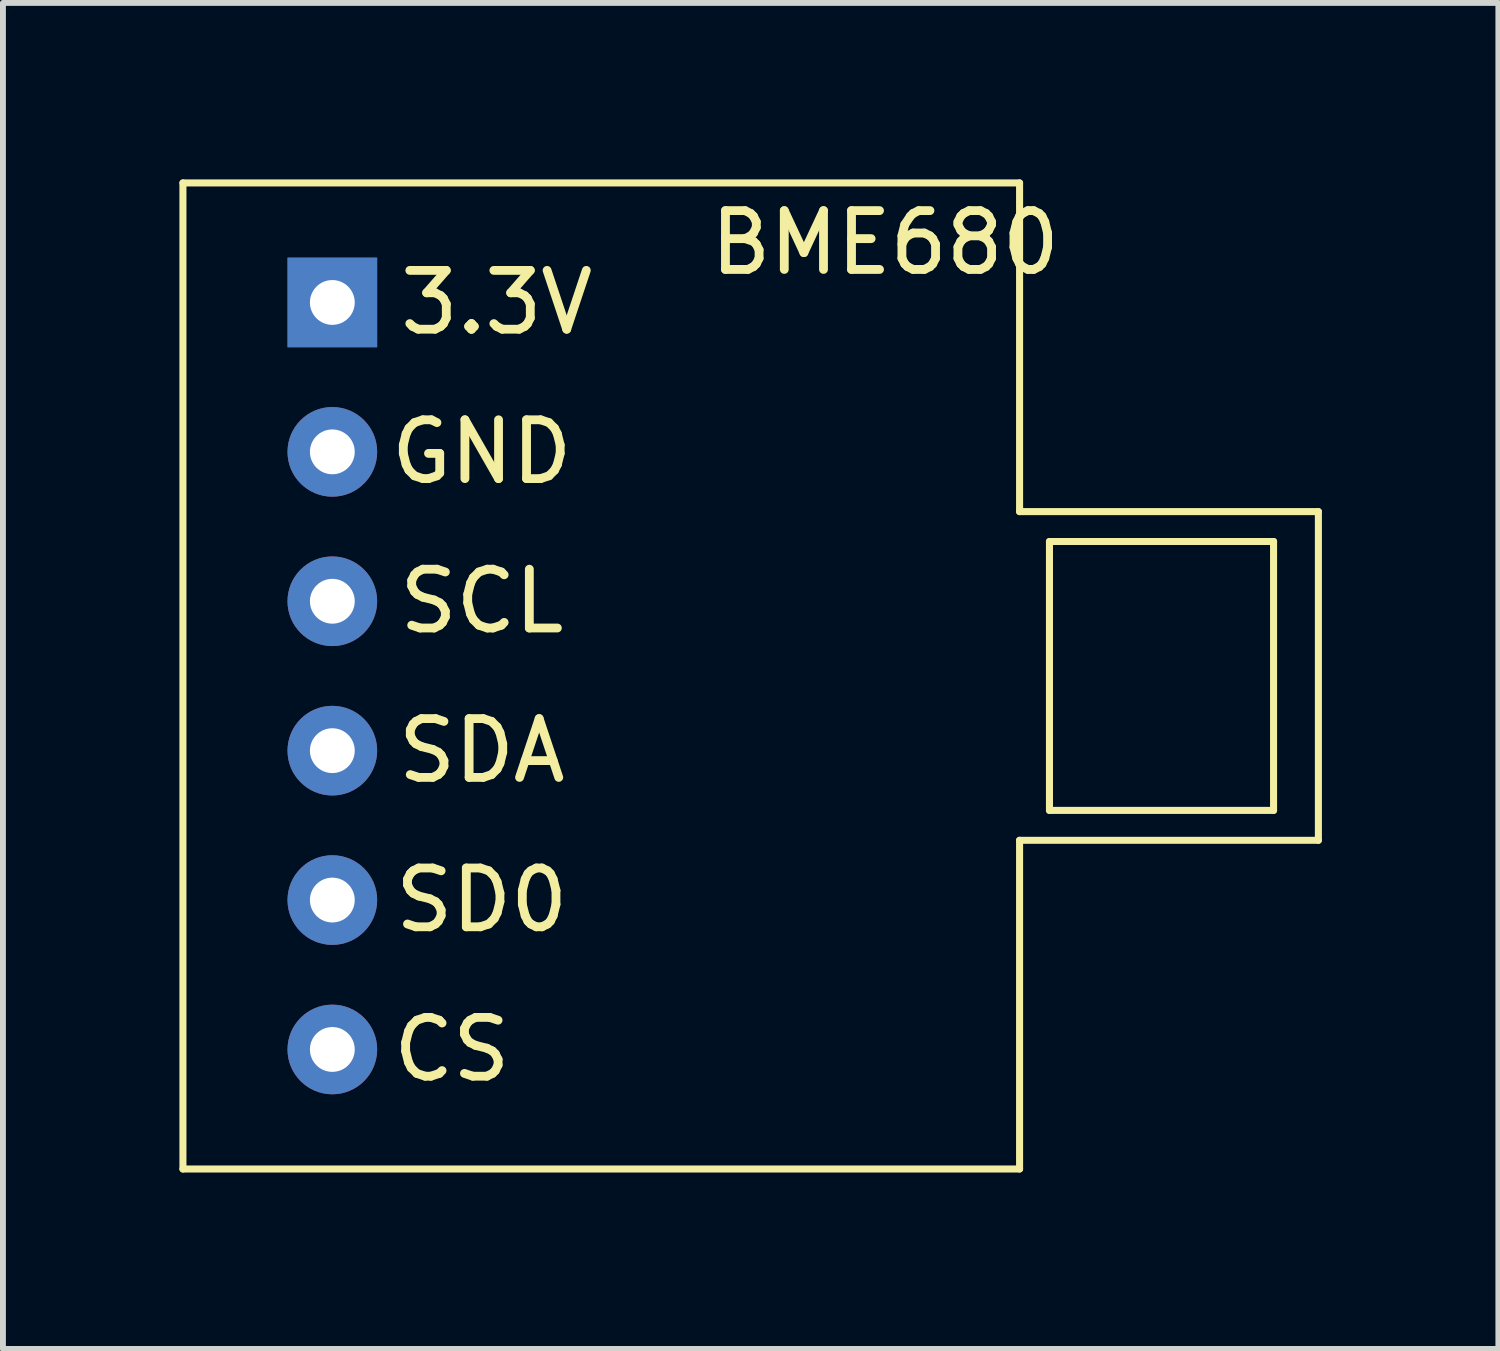
<source format=kicad_pcb>
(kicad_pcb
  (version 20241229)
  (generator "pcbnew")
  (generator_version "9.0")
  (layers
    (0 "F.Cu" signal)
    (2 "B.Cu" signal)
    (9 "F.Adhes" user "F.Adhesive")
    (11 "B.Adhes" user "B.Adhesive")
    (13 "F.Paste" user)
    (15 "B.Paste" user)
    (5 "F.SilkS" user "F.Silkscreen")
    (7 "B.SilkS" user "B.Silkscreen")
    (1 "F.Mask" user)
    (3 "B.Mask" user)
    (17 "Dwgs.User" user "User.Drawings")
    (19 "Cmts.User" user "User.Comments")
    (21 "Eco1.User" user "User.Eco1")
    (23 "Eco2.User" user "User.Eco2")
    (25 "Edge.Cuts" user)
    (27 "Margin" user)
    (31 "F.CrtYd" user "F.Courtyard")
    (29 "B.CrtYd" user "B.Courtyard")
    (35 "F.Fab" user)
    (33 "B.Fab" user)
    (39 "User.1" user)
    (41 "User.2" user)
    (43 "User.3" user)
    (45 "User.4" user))
  (footprint "BME680"
    (layer "F.Cu")
    (at 4.632 15.3)
    (property "Reference" "BME680" (at 7.366 -14.224 0) (layer "F.SilkS") (effects (font (size 1 1) (thickness 0.15))))
    (attr through_hole)
    (fp_line (start -4.572 -15.24) (end -4.572 1.524) (stroke (width 0.12) (type solid)) (layer "F.SilkS"))
    (fp_line (start -4.572 1.524) (end 9.652 1.524) (stroke (width 0.12) (type solid)) (layer "F.SilkS"))
    (fp_line (start 9.652 -15.24) (end -4.572 -15.24) (stroke (width 0.12) (type solid)) (layer "F.SilkS"))
    (fp_line (start 9.652 -9.652) (end 9.652 -15.24) (stroke (width 0.12) (type solid)) (layer "F.SilkS"))
    (fp_line (start 9.652 -4.064) (end 14.732 -4.064) (stroke (width 0.12) (type solid)) (layer "F.SilkS"))
    (fp_line (start 9.652 1.524) (end 9.652 -4.064) (stroke (width 0.12) (type solid)) (layer "F.SilkS"))
    (fp_line (start 10.16 -9.144) (end 13.97 -9.144) (stroke (width 0.12) (type solid)) (layer "F.SilkS"))
    (fp_line (start 10.16 -4.572) (end 10.16 -9.144) (stroke (width 0.12) (type solid)) (layer "F.SilkS"))
    (fp_line (start 13.97 -9.144) (end 13.97 -4.572) (stroke (width 0.12) (type solid)) (layer "F.SilkS"))
    (fp_line (start 13.97 -4.572) (end 10.16 -4.572) (stroke (width 0.12) (type solid)) (layer "F.SilkS"))
    (fp_line (start 14.732 -9.652) (end 9.652 -9.652) (stroke (width 0.12) (type solid)) (layer "F.SilkS"))
    (fp_line (start 14.732 -4.064) (end 14.732 -9.652) (stroke (width 0.12) (type solid)) (layer "F.SilkS"))
    (fp_text user "SD0" (at 0.508 -3.048 0) (layer "F.SilkS") (effects (font (size 1 1) (thickness 0.15))))
    (fp_text user "SCL" (at 0.508 -8.128 0) (layer "F.SilkS") (effects (font (size 1 1) (thickness 0.15))))
    (fp_text user "CS" (at 0 -0.508 0) (layer "F.SilkS") (effects (font (size 1 1) (thickness 0.15))))
    (fp_text user "SDA" (at 0.508 -5.588 0) (layer "F.SilkS") (effects (font (size 1 1) (thickness 0.15))))
    (fp_text user "3.3V" (at 0.762 -13.208 0) (layer "F.SilkS") (effects (font (size 1 1) (thickness 0.15))))
    (fp_text user "GND" (at 0.508 -10.668 0) (layer "F.SilkS") (effects (font (size 1 1) (thickness 0.15))))
    (pad "1" thru_hole rect (at -2.032 -13.208) (size 1.524 1.524) (drill 0.762) (layers "*.Cu" "*.Mask"))
    (pad "2" thru_hole circle (at -2.032 -10.668) (size 1.524 1.524) (drill 0.762) (layers "*.Cu" "*.Mask"))
    (pad "3" thru_hole circle (at -2.032 -8.128) (size 1.524 1.524) (drill 0.762) (layers "*.Cu" "*.Mask"))
    (pad "4" thru_hole circle (at -2.032 -5.588) (size 1.524 1.524) (drill 0.762) (layers "*.Cu" "*.Mask"))
    (pad "5" thru_hole circle (at -2.032 -3.048) (size 1.524 1.524) (drill 0.762) (layers "*.Cu" "*.Mask"))
    (pad "6" thru_hole circle (at -2.032 -0.508) (size 1.524 1.524) (drill 0.762) (layers "*.Cu" "*.Mask")))
  (gr_rect
    (start -3 -3)
    (end 22.424 19.884)
    (stroke (width 0.1) (type default))
    (fill no)
    (layer "Edge.Cuts")))
</source>
